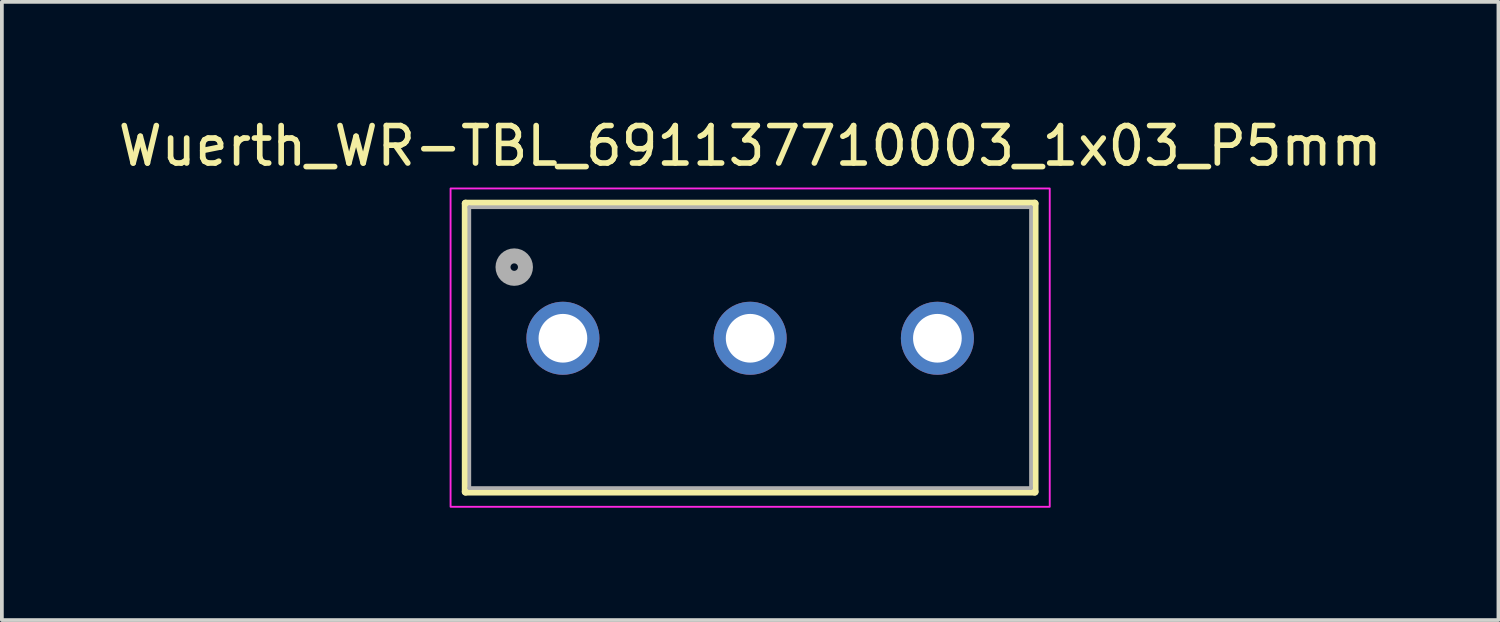
<source format=kicad_pcb>
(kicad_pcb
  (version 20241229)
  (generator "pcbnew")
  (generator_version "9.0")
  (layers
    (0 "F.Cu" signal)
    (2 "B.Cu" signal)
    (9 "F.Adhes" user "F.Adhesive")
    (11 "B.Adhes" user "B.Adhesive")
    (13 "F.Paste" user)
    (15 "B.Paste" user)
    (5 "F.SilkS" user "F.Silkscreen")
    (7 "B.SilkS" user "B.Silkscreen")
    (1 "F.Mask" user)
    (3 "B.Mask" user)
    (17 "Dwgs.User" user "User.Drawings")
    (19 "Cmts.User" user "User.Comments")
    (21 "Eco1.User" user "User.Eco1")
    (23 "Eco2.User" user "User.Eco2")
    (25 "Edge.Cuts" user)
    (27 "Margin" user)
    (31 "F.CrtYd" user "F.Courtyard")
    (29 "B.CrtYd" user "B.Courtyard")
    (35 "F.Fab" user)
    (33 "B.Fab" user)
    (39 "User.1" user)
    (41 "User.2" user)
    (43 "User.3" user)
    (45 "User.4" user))
  (footprint "Wuerth_WR-TBL_691137710003_1x03_P5mm"
    (layer "F.Cu")
    (at 16.982 5.983)
    (property "Reference" "Wuerth_WR-TBL_691137710003_1x03_P5mm" (at 0 -5.135 0) (layer "F.SilkS") (effects (font (size 1 1) (thickness 0.15))))
    (attr through_hole)
    (fp_line (start -7.6 -3.6) (end 7.6 -3.6) (stroke (width 0.2) (type solid)) (layer "F.SilkS"))
    (fp_line (start -7.6 4.1) (end -7.6 -3.6) (stroke (width 0.2) (type solid)) (layer "F.SilkS"))
    (fp_line (start 7.6 -3.6) (end 7.6 4.1) (stroke (width 0.2) (type solid)) (layer "F.SilkS"))
    (fp_line (start 7.6 4.1) (end -7.6 4.1) (stroke (width 0.2) (type solid)) (layer "F.SilkS"))
    (fp_rect (start -8 -4) (end 8 4.5) (stroke (width 0.05) (type default)) (fill no) (layer "F.CrtYd"))
    (fp_line (start -7.5 -3.5) (end 7.5 -3.5) (stroke (width 0.1) (type solid)) (layer "F.Fab"))
    (fp_line (start -7.5 4) (end -7.5 -3.5) (stroke (width 0.1) (type solid)) (layer "F.Fab"))
    (fp_line (start 7.5 -3.5) (end 7.5 4) (stroke (width 0.1) (type solid)) (layer "F.Fab"))
    (fp_line (start 7.5 4) (end -7.5 4) (stroke (width 0.1) (type solid)) (layer "F.Fab"))
    (fp_circle (center -6.3 -1.9) (end -6.2 -1.9) (stroke (width 0.4) (type solid)) (fill no) (layer "F.Fab"))
    (pad "1" thru_hole circle (at -5 0) (size 1.95 1.95) (drill 1.3) (layers "*.Cu" "*.Mask"))
    (pad "2" thru_hole circle (at 0 0) (size 1.95 1.95) (drill 1.3) (layers "*.Cu" "*.Mask"))
    (pad "3" thru_hole circle (at 5 0) (size 1.95 1.95) (drill 1.3) (layers "*.Cu" "*.Mask")))
  (gr_rect
    (start -3 -3)
    (end 36.964 13.508)
    (stroke (width 0.1) (type default))
    (fill no)
    (layer "Edge.Cuts")))
</source>
